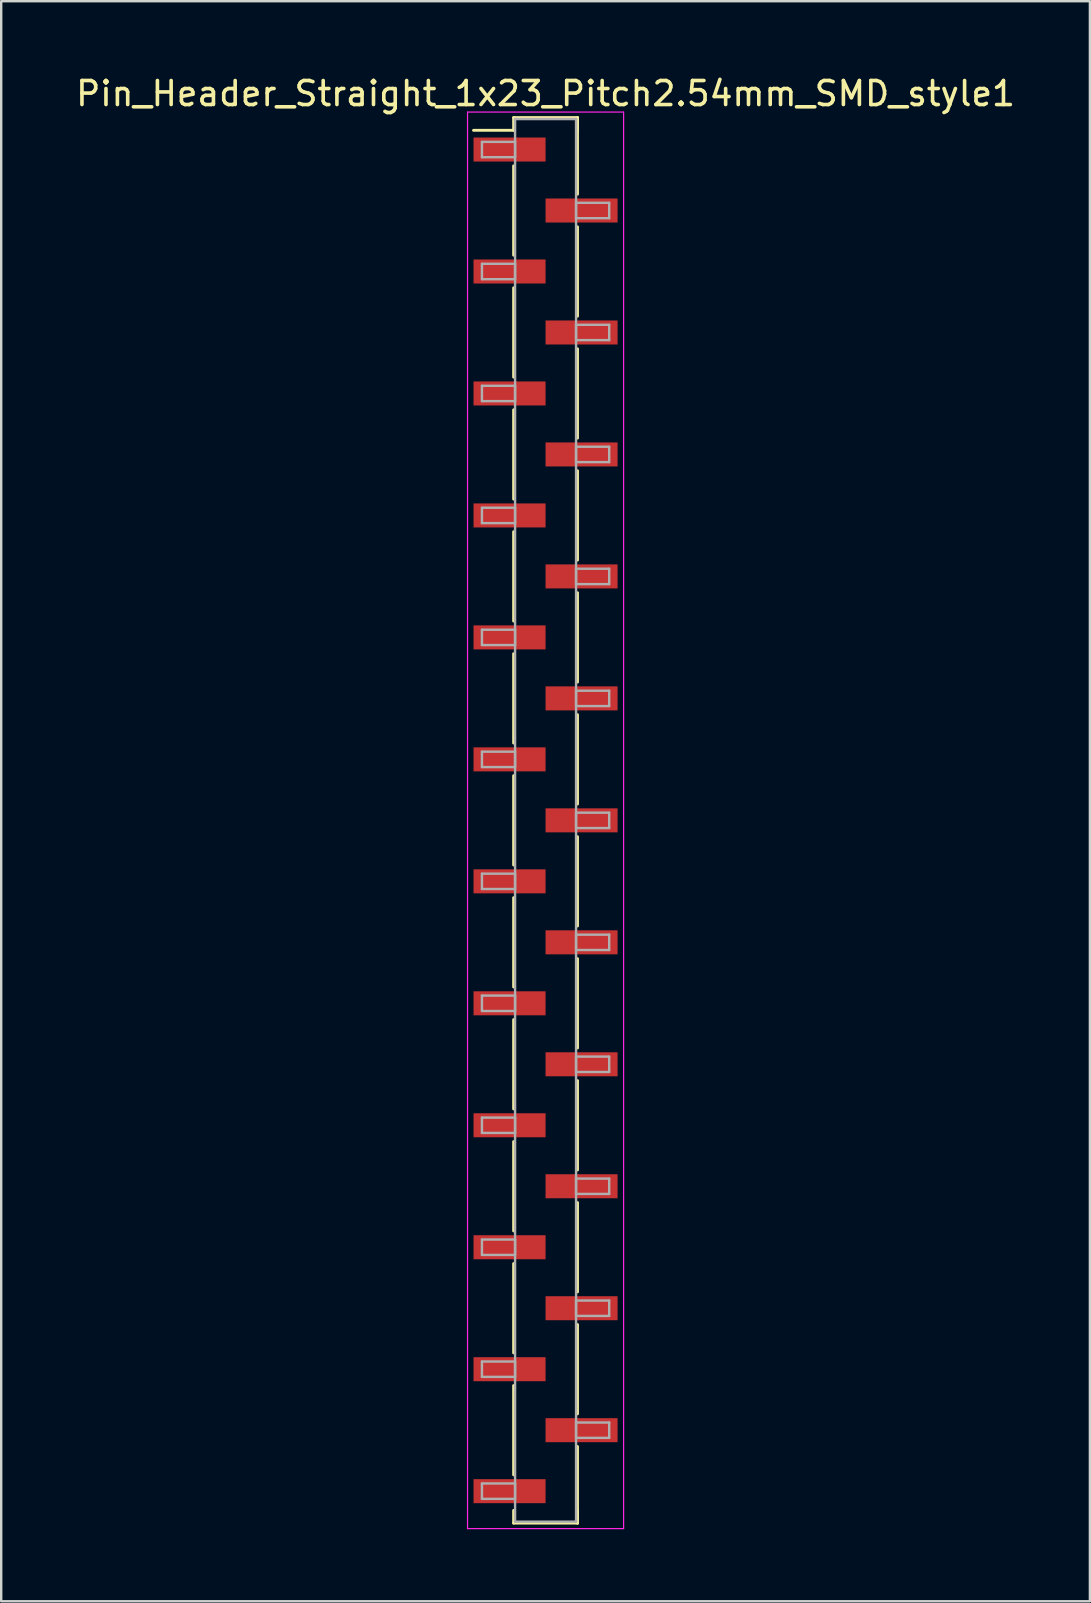
<source format=kicad_pcb>
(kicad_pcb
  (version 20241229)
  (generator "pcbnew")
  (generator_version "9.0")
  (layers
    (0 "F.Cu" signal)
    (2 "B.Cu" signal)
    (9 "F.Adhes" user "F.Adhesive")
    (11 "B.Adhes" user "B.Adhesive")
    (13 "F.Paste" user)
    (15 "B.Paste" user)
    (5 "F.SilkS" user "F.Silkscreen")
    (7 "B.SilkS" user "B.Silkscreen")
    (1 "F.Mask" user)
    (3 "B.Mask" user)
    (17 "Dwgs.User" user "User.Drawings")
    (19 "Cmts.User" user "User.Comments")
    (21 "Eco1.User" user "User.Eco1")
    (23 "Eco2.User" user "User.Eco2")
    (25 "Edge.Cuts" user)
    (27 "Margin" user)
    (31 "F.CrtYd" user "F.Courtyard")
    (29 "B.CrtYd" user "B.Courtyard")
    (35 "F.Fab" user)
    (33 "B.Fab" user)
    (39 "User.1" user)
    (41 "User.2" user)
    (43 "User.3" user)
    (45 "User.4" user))
  (footprint "Pin_Header_Straight_1x23_Pitch2.54mm_SMD_style1"
    (layer "F.Cu")
    (at 19.673 31.118)
    (property "Reference" "Pin_Header_Straight_1x23_Pitch2.54mm_SMD_style1" (at 0 -30.27 0) (layer "F.SilkS") (effects (font (size 1 1) (thickness 0.15))))
    (attr smd)
    (fp_line (start -1.33 -29.27) (end 1.33 -29.27) (stroke (width 0.12) (type solid)) (layer "F.SilkS"))
    (fp_line (start -1.33 -28.74) (end -3 -28.74) (stroke (width 0.12) (type solid)) (layer "F.SilkS"))
    (fp_line (start -1.33 -28.74) (end -1.33 -29.27) (stroke (width 0.12) (type solid)) (layer "F.SilkS"))
    (fp_line (start -1.33 -27.26) (end -1.33 -23.54) (stroke (width 0.12) (type solid)) (layer "F.SilkS"))
    (fp_line (start -1.33 -22.18) (end -1.33 -18.46) (stroke (width 0.12) (type solid)) (layer "F.SilkS"))
    (fp_line (start -1.33 -17.1) (end -1.33 -13.38) (stroke (width 0.12) (type solid)) (layer "F.SilkS"))
    (fp_line (start -1.33 -12.02) (end -1.33 -8.3) (stroke (width 0.12) (type solid)) (layer "F.SilkS"))
    (fp_line (start -1.33 -6.94) (end -1.33 -3.22) (stroke (width 0.12) (type solid)) (layer "F.SilkS"))
    (fp_line (start -1.33 -1.86) (end -1.33 1.86) (stroke (width 0.12) (type solid)) (layer "F.SilkS"))
    (fp_line (start -1.33 3.22) (end -1.33 6.94) (stroke (width 0.12) (type solid)) (layer "F.SilkS"))
    (fp_line (start -1.33 8.3) (end -1.33 12.02) (stroke (width 0.12) (type solid)) (layer "F.SilkS"))
    (fp_line (start -1.33 13.38) (end -1.33 17.1) (stroke (width 0.12) (type solid)) (layer "F.SilkS"))
    (fp_line (start -1.33 18.46) (end -1.33 22.18) (stroke (width 0.12) (type solid)) (layer "F.SilkS"))
    (fp_line (start -1.33 23.54) (end -1.33 27.26) (stroke (width 0.12) (type solid)) (layer "F.SilkS"))
    (fp_line (start -1.33 28.74) (end -1.33 29.27) (stroke (width 0.12) (type solid)) (layer "F.SilkS"))
    (fp_line (start -1.33 29.27) (end 1.33 29.27) (stroke (width 0.12) (type solid)) (layer "F.SilkS"))
    (fp_line (start 1.33 -29.27) (end 1.33 -28.74) (stroke (width 0.12) (type solid)) (layer "F.SilkS"))
    (fp_line (start 1.33 -29.27) (end 1.33 -26.08) (stroke (width 0.12) (type solid)) (layer "F.SilkS"))
    (fp_line (start 1.33 -24.72) (end 1.33 -21) (stroke (width 0.12) (type solid)) (layer "F.SilkS"))
    (fp_line (start 1.33 -19.64) (end 1.33 -15.92) (stroke (width 0.12) (type solid)) (layer "F.SilkS"))
    (fp_line (start 1.33 -14.56) (end 1.33 -10.84) (stroke (width 0.12) (type solid)) (layer "F.SilkS"))
    (fp_line (start 1.33 -9.48) (end 1.33 -5.76) (stroke (width 0.12) (type solid)) (layer "F.SilkS"))
    (fp_line (start 1.33 -4.4) (end 1.33 -0.68) (stroke (width 0.12) (type solid)) (layer "F.SilkS"))
    (fp_line (start 1.33 0.68) (end 1.33 4.4) (stroke (width 0.12) (type solid)) (layer "F.SilkS"))
    (fp_line (start 1.33 5.76) (end 1.33 9.48) (stroke (width 0.12) (type solid)) (layer "F.SilkS"))
    (fp_line (start 1.33 10.84) (end 1.33 14.56) (stroke (width 0.12) (type solid)) (layer "F.SilkS"))
    (fp_line (start 1.33 15.92) (end 1.33 19.64) (stroke (width 0.12) (type solid)) (layer "F.SilkS"))
    (fp_line (start 1.33 21) (end 1.33 24.72) (stroke (width 0.12) (type solid)) (layer "F.SilkS"))
    (fp_line (start 1.33 26.08) (end 1.33 29.27) (stroke (width 0.12) (type solid)) (layer "F.SilkS"))
    (fp_line (start 1.33 29.27) (end 1.33 28.74) (stroke (width 0.12) (type solid)) (layer "F.SilkS"))
    (fp_line (start -3.25 -29.5) (end -3.25 29.5) (stroke (width 0.05) (type solid)) (layer "F.CrtYd"))
    (fp_line (start -3.25 29.5) (end 3.25 29.5) (stroke (width 0.05) (type solid)) (layer "F.CrtYd"))
    (fp_line (start 3.25 -29.5) (end -3.25 -29.5) (stroke (width 0.05) (type solid)) (layer "F.CrtYd"))
    (fp_line (start 3.25 29.5) (end 3.25 -29.5) (stroke (width 0.05) (type solid)) (layer "F.CrtYd"))
    (fp_line (start -2.65 -28.26) (end -1.27 -28.26) (stroke (width 0.1) (type solid)) (layer "F.Fab"))
    (fp_line (start -2.65 -27.62) (end -2.65 -28.26) (stroke (width 0.1) (type solid)) (layer "F.Fab"))
    (fp_line (start -2.65 -23.18) (end -1.27 -23.18) (stroke (width 0.1) (type solid)) (layer "F.Fab"))
    (fp_line (start -2.65 -22.54) (end -2.65 -23.18) (stroke (width 0.1) (type solid)) (layer "F.Fab"))
    (fp_line (start -2.65 -18.1) (end -1.27 -18.1) (stroke (width 0.1) (type solid)) (layer "F.Fab"))
    (fp_line (start -2.65 -17.46) (end -2.65 -18.1) (stroke (width 0.1) (type solid)) (layer "F.Fab"))
    (fp_line (start -2.65 -13.02) (end -1.27 -13.02) (stroke (width 0.1) (type solid)) (layer "F.Fab"))
    (fp_line (start -2.65 -12.38) (end -2.65 -13.02) (stroke (width 0.1) (type solid)) (layer "F.Fab"))
    (fp_line (start -2.65 -7.94) (end -1.27 -7.94) (stroke (width 0.1) (type solid)) (layer "F.Fab"))
    (fp_line (start -2.65 -7.3) (end -2.65 -7.94) (stroke (width 0.1) (type solid)) (layer "F.Fab"))
    (fp_line (start -2.65 -2.86) (end -1.27 -2.86) (stroke (width 0.1) (type solid)) (layer "F.Fab"))
    (fp_line (start -2.65 -2.22) (end -2.65 -2.86) (stroke (width 0.1) (type solid)) (layer "F.Fab"))
    (fp_line (start -2.65 2.22) (end -1.27 2.22) (stroke (width 0.1) (type solid)) (layer "F.Fab"))
    (fp_line (start -2.65 2.86) (end -2.65 2.22) (stroke (width 0.1) (type solid)) (layer "F.Fab"))
    (fp_line (start -2.65 7.3) (end -1.27 7.3) (stroke (width 0.1) (type solid)) (layer "F.Fab"))
    (fp_line (start -2.65 7.94) (end -2.65 7.3) (stroke (width 0.1) (type solid)) (layer "F.Fab"))
    (fp_line (start -2.65 12.38) (end -1.27 12.38) (stroke (width 0.1) (type solid)) (layer "F.Fab"))
    (fp_line (start -2.65 13.02) (end -2.65 12.38) (stroke (width 0.1) (type solid)) (layer "F.Fab"))
    (fp_line (start -2.65 17.46) (end -1.27 17.46) (stroke (width 0.1) (type solid)) (layer "F.Fab"))
    (fp_line (start -2.65 18.1) (end -2.65 17.46) (stroke (width 0.1) (type solid)) (layer "F.Fab"))
    (fp_line (start -2.65 22.54) (end -1.27 22.54) (stroke (width 0.1) (type solid)) (layer "F.Fab"))
    (fp_line (start -2.65 23.18) (end -2.65 22.54) (stroke (width 0.1) (type solid)) (layer "F.Fab"))
    (fp_line (start -2.65 27.62) (end -1.27 27.62) (stroke (width 0.1) (type solid)) (layer "F.Fab"))
    (fp_line (start -2.65 28.26) (end -2.65 27.62) (stroke (width 0.1) (type solid)) (layer "F.Fab"))
    (fp_line (start -1.27 -29.21) (end -1.27 29.21) (stroke (width 0.1) (type solid)) (layer "F.Fab"))
    (fp_line (start -1.27 -28.26) (end -1.27 -27.62) (stroke (width 0.1) (type solid)) (layer "F.Fab"))
    (fp_line (start -1.27 -27.62) (end -2.65 -27.62) (stroke (width 0.1) (type solid)) (layer "F.Fab"))
    (fp_line (start -1.27 -23.18) (end -1.27 -22.54) (stroke (width 0.1) (type solid)) (layer "F.Fab"))
    (fp_line (start -1.27 -22.54) (end -2.65 -22.54) (stroke (width 0.1) (type solid)) (layer "F.Fab"))
    (fp_line (start -1.27 -18.1) (end -1.27 -17.46) (stroke (width 0.1) (type solid)) (layer "F.Fab"))
    (fp_line (start -1.27 -17.46) (end -2.65 -17.46) (stroke (width 0.1) (type solid)) (layer "F.Fab"))
    (fp_line (start -1.27 -13.02) (end -1.27 -12.38) (stroke (width 0.1) (type solid)) (layer "F.Fab"))
    (fp_line (start -1.27 -12.38) (end -2.65 -12.38) (stroke (width 0.1) (type solid)) (layer "F.Fab"))
    (fp_line (start -1.27 -7.94) (end -1.27 -7.3) (stroke (width 0.1) (type solid)) (layer "F.Fab"))
    (fp_line (start -1.27 -7.3) (end -2.65 -7.3) (stroke (width 0.1) (type solid)) (layer "F.Fab"))
    (fp_line (start -1.27 -2.86) (end -1.27 -2.22) (stroke (width 0.1) (type solid)) (layer "F.Fab"))
    (fp_line (start -1.27 -2.22) (end -2.65 -2.22) (stroke (width 0.1) (type solid)) (layer "F.Fab"))
    (fp_line (start -1.27 2.22) (end -1.27 2.86) (stroke (width 0.1) (type solid)) (layer "F.Fab"))
    (fp_line (start -1.27 2.86) (end -2.65 2.86) (stroke (width 0.1) (type solid)) (layer "F.Fab"))
    (fp_line (start -1.27 7.3) (end -1.27 7.94) (stroke (width 0.1) (type solid)) (layer "F.Fab"))
    (fp_line (start -1.27 7.94) (end -2.65 7.94) (stroke (width 0.1) (type solid)) (layer "F.Fab"))
    (fp_line (start -1.27 12.38) (end -1.27 13.02) (stroke (width 0.1) (type solid)) (layer "F.Fab"))
    (fp_line (start -1.27 13.02) (end -2.65 13.02) (stroke (width 0.1) (type solid)) (layer "F.Fab"))
    (fp_line (start -1.27 17.46) (end -1.27 18.1) (stroke (width 0.1) (type solid)) (layer "F.Fab"))
    (fp_line (start -1.27 18.1) (end -2.65 18.1) (stroke (width 0.1) (type solid)) (layer "F.Fab"))
    (fp_line (start -1.27 22.54) (end -1.27 23.18) (stroke (width 0.1) (type solid)) (layer "F.Fab"))
    (fp_line (start -1.27 23.18) (end -2.65 23.18) (stroke (width 0.1) (type solid)) (layer "F.Fab"))
    (fp_line (start -1.27 27.62) (end -1.27 28.26) (stroke (width 0.1) (type solid)) (layer "F.Fab"))
    (fp_line (start -1.27 28.26) (end -2.65 28.26) (stroke (width 0.1) (type solid)) (layer "F.Fab"))
    (fp_line (start -1.27 29.21) (end 1.27 29.21) (stroke (width 0.1) (type solid)) (layer "F.Fab"))
    (fp_line (start 1.27 -29.21) (end -1.27 -29.21) (stroke (width 0.1) (type solid)) (layer "F.Fab"))
    (fp_line (start 1.27 -25.72) (end 1.27 -25.08) (stroke (width 0.1) (type solid)) (layer "F.Fab"))
    (fp_line (start 1.27 -25.08) (end 2.65 -25.08) (stroke (width 0.1) (type solid)) (layer "F.Fab"))
    (fp_line (start 1.27 -20.64) (end 1.27 -20) (stroke (width 0.1) (type solid)) (layer "F.Fab"))
    (fp_line (start 1.27 -20) (end 2.65 -20) (stroke (width 0.1) (type solid)) (layer "F.Fab"))
    (fp_line (start 1.27 -15.56) (end 1.27 -14.92) (stroke (width 0.1) (type solid)) (layer "F.Fab"))
    (fp_line (start 1.27 -14.92) (end 2.65 -14.92) (stroke (width 0.1) (type solid)) (layer "F.Fab"))
    (fp_line (start 1.27 -10.48) (end 1.27 -9.84) (stroke (width 0.1) (type solid)) (layer "F.Fab"))
    (fp_line (start 1.27 -9.84) (end 2.65 -9.84) (stroke (width 0.1) (type solid)) (layer "F.Fab"))
    (fp_line (start 1.27 -5.4) (end 1.27 -4.76) (stroke (width 0.1) (type solid)) (layer "F.Fab"))
    (fp_line (start 1.27 -4.76) (end 2.65 -4.76) (stroke (width 0.1) (type solid)) (layer "F.Fab"))
    (fp_line (start 1.27 -0.32) (end 1.27 0.32) (stroke (width 0.1) (type solid)) (layer "F.Fab"))
    (fp_line (start 1.27 0.32) (end 2.65 0.32) (stroke (width 0.1) (type solid)) (layer "F.Fab"))
    (fp_line (start 1.27 4.76) (end 1.27 5.4) (stroke (width 0.1) (type solid)) (layer "F.Fab"))
    (fp_line (start 1.27 5.4) (end 2.65 5.4) (stroke (width 0.1) (type solid)) (layer "F.Fab"))
    (fp_line (start 1.27 9.84) (end 1.27 10.48) (stroke (width 0.1) (type solid)) (layer "F.Fab"))
    (fp_line (start 1.27 10.48) (end 2.65 10.48) (stroke (width 0.1) (type solid)) (layer "F.Fab"))
    (fp_line (start 1.27 14.92) (end 1.27 15.56) (stroke (width 0.1) (type solid)) (layer "F.Fab"))
    (fp_line (start 1.27 15.56) (end 2.65 15.56) (stroke (width 0.1) (type solid)) (layer "F.Fab"))
    (fp_line (start 1.27 20) (end 1.27 20.64) (stroke (width 0.1) (type solid)) (layer "F.Fab"))
    (fp_line (start 1.27 20.64) (end 2.65 20.64) (stroke (width 0.1) (type solid)) (layer "F.Fab"))
    (fp_line (start 1.27 25.08) (end 1.27 25.72) (stroke (width 0.1) (type solid)) (layer "F.Fab"))
    (fp_line (start 1.27 25.72) (end 2.65 25.72) (stroke (width 0.1) (type solid)) (layer "F.Fab"))
    (fp_line (start 1.27 29.21) (end 1.27 -29.21) (stroke (width 0.1) (type solid)) (layer "F.Fab"))
    (fp_line (start 2.65 -25.72) (end 1.27 -25.72) (stroke (width 0.1) (type solid)) (layer "F.Fab"))
    (fp_line (start 2.65 -25.08) (end 2.65 -25.72) (stroke (width 0.1) (type solid)) (layer "F.Fab"))
    (fp_line (start 2.65 -20.64) (end 1.27 -20.64) (stroke (width 0.1) (type solid)) (layer "F.Fab"))
    (fp_line (start 2.65 -20) (end 2.65 -20.64) (stroke (width 0.1) (type solid)) (layer "F.Fab"))
    (fp_line (start 2.65 -15.56) (end 1.27 -15.56) (stroke (width 0.1) (type solid)) (layer "F.Fab"))
    (fp_line (start 2.65 -14.92) (end 2.65 -15.56) (stroke (width 0.1) (type solid)) (layer "F.Fab"))
    (fp_line (start 2.65 -10.48) (end 1.27 -10.48) (stroke (width 0.1) (type solid)) (layer "F.Fab"))
    (fp_line (start 2.65 -9.84) (end 2.65 -10.48) (stroke (width 0.1) (type solid)) (layer "F.Fab"))
    (fp_line (start 2.65 -5.4) (end 1.27 -5.4) (stroke (width 0.1) (type solid)) (layer "F.Fab"))
    (fp_line (start 2.65 -4.76) (end 2.65 -5.4) (stroke (width 0.1) (type solid)) (layer "F.Fab"))
    (fp_line (start 2.65 -0.32) (end 1.27 -0.32) (stroke (width 0.1) (type solid)) (layer "F.Fab"))
    (fp_line (start 2.65 0.32) (end 2.65 -0.32) (stroke (width 0.1) (type solid)) (layer "F.Fab"))
    (fp_line (start 2.65 4.76) (end 1.27 4.76) (stroke (width 0.1) (type solid)) (layer "F.Fab"))
    (fp_line (start 2.65 5.4) (end 2.65 4.76) (stroke (width 0.1) (type solid)) (layer "F.Fab"))
    (fp_line (start 2.65 9.84) (end 1.27 9.84) (stroke (width 0.1) (type solid)) (layer "F.Fab"))
    (fp_line (start 2.65 10.48) (end 2.65 9.84) (stroke (width 0.1) (type solid)) (layer "F.Fab"))
    (fp_line (start 2.65 14.92) (end 1.27 14.92) (stroke (width 0.1) (type solid)) (layer "F.Fab"))
    (fp_line (start 2.65 15.56) (end 2.65 14.92) (stroke (width 0.1) (type solid)) (layer "F.Fab"))
    (fp_line (start 2.65 20) (end 1.27 20) (stroke (width 0.1) (type solid)) (layer "F.Fab"))
    (fp_line (start 2.65 20.64) (end 2.65 20) (stroke (width 0.1) (type solid)) (layer "F.Fab"))
    (fp_line (start 2.65 25.08) (end 1.27 25.08) (stroke (width 0.1) (type solid)) (layer "F.Fab"))
    (fp_line (start 2.65 25.72) (end 2.65 25.08) (stroke (width 0.1) (type solid)) (layer "F.Fab"))
    (pad "1" smd rect (at -1.5 -27.94) (size 3 1) (layers "F.Cu" "F.Mask"))
    (pad "2" smd rect (at 1.5 -25.4) (size 3 1) (layers "F.Cu" "F.Mask"))
    (pad "3" smd rect (at -1.5 -22.86) (size 3 1) (layers "F.Cu" "F.Mask"))
    (pad "4" smd rect (at 1.5 -20.32) (size 3 1) (layers "F.Cu" "F.Mask"))
    (pad "5" smd rect (at -1.5 -17.78) (size 3 1) (layers "F.Cu" "F.Mask"))
    (pad "6" smd rect (at 1.5 -15.24) (size 3 1) (layers "F.Cu" "F.Mask"))
    (pad "7" smd rect (at -1.5 -12.7) (size 3 1) (layers "F.Cu" "F.Mask"))
    (pad "8" smd rect (at 1.5 -10.16) (size 3 1) (layers "F.Cu" "F.Mask"))
    (pad "9" smd rect (at -1.5 -7.62) (size 3 1) (layers "F.Cu" "F.Mask"))
    (pad "10" smd rect (at 1.5 -5.08) (size 3 1) (layers "F.Cu" "F.Mask"))
    (pad "11" smd rect (at -1.5 -2.54) (size 3 1) (layers "F.Cu" "F.Mask"))
    (pad "12" smd rect (at 1.5 0) (size 3 1) (layers "F.Cu" "F.Mask"))
    (pad "13" smd rect (at -1.5 2.54) (size 3 1) (layers "F.Cu" "F.Mask"))
    (pad "14" smd rect (at 1.5 5.08) (size 3 1) (layers "F.Cu" "F.Mask"))
    (pad "15" smd rect (at -1.5 7.62) (size 3 1) (layers "F.Cu" "F.Mask"))
    (pad "16" smd rect (at 1.5 10.16) (size 3 1) (layers "F.Cu" "F.Mask"))
    (pad "17" smd rect (at -1.5 12.7) (size 3 1) (layers "F.Cu" "F.Mask"))
    (pad "18" smd rect (at 1.5 15.24) (size 3 1) (layers "F.Cu" "F.Mask"))
    (pad "19" smd rect (at -1.5 17.78) (size 3 1) (layers "F.Cu" "F.Mask"))
    (pad "20" smd rect (at 1.5 20.32) (size 3 1) (layers "F.Cu" "F.Mask"))
    (pad "21" smd rect (at -1.5 22.86) (size 3 1) (layers "F.Cu" "F.Mask"))
    (pad "22" smd rect (at 1.5 25.4) (size 3 1) (layers "F.Cu" "F.Mask"))
    (pad "23" smd rect (at -1.5 27.94) (size 3 1) (layers "F.Cu" "F.Mask")))
  (gr_rect
    (start -3 -3)
    (end 42.345 63.643)
    (stroke (width 0.1) (type default))
    (fill no)
    (layer "Edge.Cuts")))
</source>
